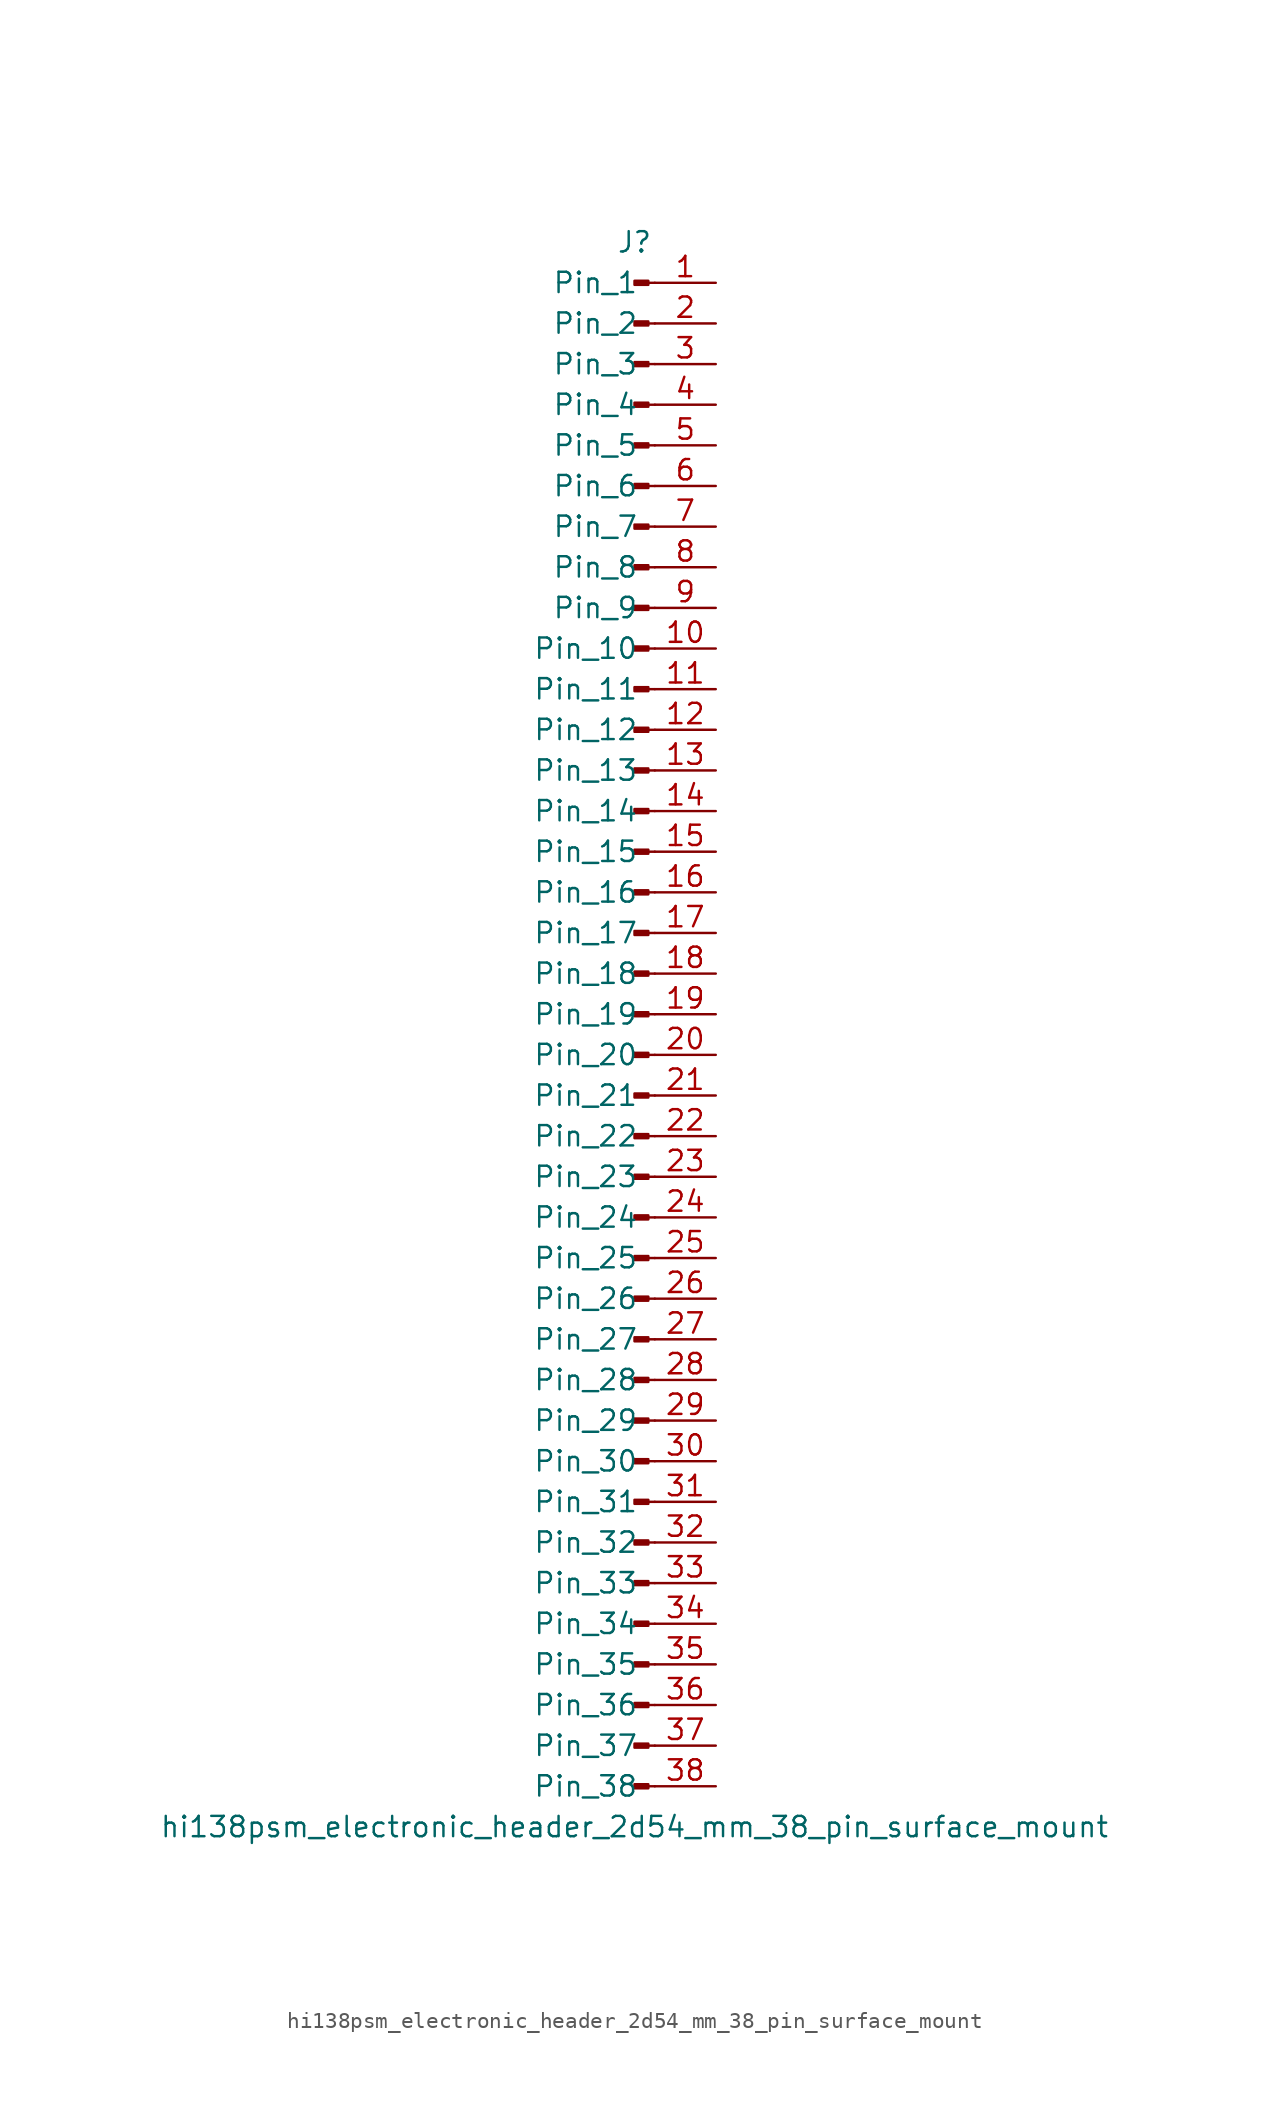
<source format=kicad_sym>
(kicad_symbol_lib
  (version 20220914)
  (generator kicad_symbol_editor)
  (symbol "hi138psm_electronic_header_2d54_mm_38_pin_surface_mount"
    (pin_names
      (offset 1.016))
    (property "Reference" "J"
      (at 0 48.26 0)
      (effects (font (size 1.27 1.27))))
    (property "Value" "hi138psm_electronic_header_2d54_mm_38_pin_surface_mount"
      (at 0 -50.8 0)
      (effects (font (size 1.27 1.27))))
    (property "ki_locked" ""
      (at 0 0 0)
      (effects (font (size 1.27 1.27))))
    (symbol "hi138psm_electronic_header_2d54_mm_38_pin_surface_mount_1_1"
      (polyline (pts (xy 1.27 -48.26) (xy 0.864 -48.26)) (stroke (width 0.152) (type default)) (fill (type none)))
      (polyline (pts (xy 1.27 -45.72) (xy 0.864 -45.72)) (stroke (width 0.152) (type default)) (fill (type none)))
      (polyline (pts (xy 1.27 -43.18) (xy 0.864 -43.18)) (stroke (width 0.152) (type default)) (fill (type none)))
      (polyline (pts (xy 1.27 -40.64) (xy 0.864 -40.64)) (stroke (width 0.152) (type default)) (fill (type none)))
      (polyline (pts (xy 1.27 -38.1) (xy 0.864 -38.1)) (stroke (width 0.152) (type default)) (fill (type none)))
      (polyline (pts (xy 1.27 -35.56) (xy 0.864 -35.56)) (stroke (width 0.152) (type default)) (fill (type none)))
      (polyline (pts (xy 1.27 -33.02) (xy 0.864 -33.02)) (stroke (width 0.152) (type default)) (fill (type none)))
      (polyline (pts (xy 1.27 -30.48) (xy 0.864 -30.48)) (stroke (width 0.152) (type default)) (fill (type none)))
      (polyline (pts (xy 1.27 -27.94) (xy 0.864 -27.94)) (stroke (width 0.152) (type default)) (fill (type none)))
      (polyline (pts (xy 1.27 -25.4) (xy 0.864 -25.4)) (stroke (width 0.152) (type default)) (fill (type none)))
      (polyline (pts (xy 1.27 -22.86) (xy 0.864 -22.86)) (stroke (width 0.152) (type default)) (fill (type none)))
      (polyline (pts (xy 1.27 -20.32) (xy 0.864 -20.32)) (stroke (width 0.152) (type default)) (fill (type none)))
      (polyline (pts (xy 1.27 -17.78) (xy 0.864 -17.78)) (stroke (width 0.152) (type default)) (fill (type none)))
      (polyline (pts (xy 1.27 -15.24) (xy 0.864 -15.24)) (stroke (width 0.152) (type default)) (fill (type none)))
      (polyline (pts (xy 1.27 -12.7) (xy 0.864 -12.7)) (stroke (width 0.152) (type default)) (fill (type none)))
      (polyline (pts (xy 1.27 -10.16) (xy 0.864 -10.16)) (stroke (width 0.152) (type default)) (fill (type none)))
      (polyline (pts (xy 1.27 -7.62) (xy 0.864 -7.62)) (stroke (width 0.152) (type default)) (fill (type none)))
      (polyline (pts (xy 1.27 -5.08) (xy 0.864 -5.08)) (stroke (width 0.152) (type default)) (fill (type none)))
      (polyline (pts (xy 1.27 -2.54) (xy 0.864 -2.54)) (stroke (width 0.152) (type default)) (fill (type none)))
      (polyline (pts (xy 1.27 0) (xy 0.864 0)) (stroke (width 0.152) (type default)) (fill (type none)))
      (polyline (pts (xy 1.27 2.54) (xy 0.864 2.54)) (stroke (width 0.152) (type default)) (fill (type none)))
      (polyline (pts (xy 1.27 5.08) (xy 0.864 5.08)) (stroke (width 0.152) (type default)) (fill (type none)))
      (polyline (pts (xy 1.27 7.62) (xy 0.864 7.62)) (stroke (width 0.152) (type default)) (fill (type none)))
      (polyline (pts (xy 1.27 10.16) (xy 0.864 10.16)) (stroke (width 0.152) (type default)) (fill (type none)))
      (polyline (pts (xy 1.27 12.7) (xy 0.864 12.7)) (stroke (width 0.152) (type default)) (fill (type none)))
      (polyline (pts (xy 1.27 15.24) (xy 0.864 15.24)) (stroke (width 0.152) (type default)) (fill (type none)))
      (polyline (pts (xy 1.27 17.78) (xy 0.864 17.78)) (stroke (width 0.152) (type default)) (fill (type none)))
      (polyline (pts (xy 1.27 20.32) (xy 0.864 20.32)) (stroke (width 0.152) (type default)) (fill (type none)))
      (polyline (pts (xy 1.27 22.86) (xy 0.864 22.86)) (stroke (width 0.152) (type default)) (fill (type none)))
      (polyline (pts (xy 1.27 25.4) (xy 0.864 25.4)) (stroke (width 0.152) (type default)) (fill (type none)))
      (polyline (pts (xy 1.27 27.94) (xy 0.864 27.94)) (stroke (width 0.152) (type default)) (fill (type none)))
      (polyline (pts (xy 1.27 30.48) (xy 0.864 30.48)) (stroke (width 0.152) (type default)) (fill (type none)))
      (polyline (pts (xy 1.27 33.02) (xy 0.864 33.02)) (stroke (width 0.152) (type default)) (fill (type none)))
      (polyline (pts (xy 1.27 35.56) (xy 0.864 35.56)) (stroke (width 0.152) (type default)) (fill (type none)))
      (polyline (pts (xy 1.27 38.1) (xy 0.864 38.1)) (stroke (width 0.152) (type default)) (fill (type none)))
      (polyline (pts (xy 1.27 40.64) (xy 0.864 40.64)) (stroke (width 0.152) (type default)) (fill (type none)))
      (polyline (pts (xy 1.27 43.18) (xy 0.864 43.18)) (stroke (width 0.152) (type default)) (fill (type none)))
      (polyline (pts (xy 1.27 45.72) (xy 0.864 45.72)) (stroke (width 0.152) (type default)) (fill (type none)))
      (rectangle (start 0.864 -48.133) (end 0 -48.387) (stroke (width 0.152) (type default)) (fill (type outline)))
      (rectangle (start 0.864 -45.593) (end 0 -45.847) (stroke (width 0.152) (type default)) (fill (type outline)))
      (rectangle (start 0.864 -43.053) (end 0 -43.307) (stroke (width 0.152) (type default)) (fill (type outline)))
      (rectangle (start 0.864 -40.513) (end 0 -40.767) (stroke (width 0.152) (type default)) (fill (type outline)))
      (rectangle (start 0.864 -37.973) (end 0 -38.227) (stroke (width 0.152) (type default)) (fill (type outline)))
      (rectangle (start 0.864 -35.433) (end 0 -35.687) (stroke (width 0.152) (type default)) (fill (type outline)))
      (rectangle (start 0.864 -32.893) (end 0 -33.147) (stroke (width 0.152) (type default)) (fill (type outline)))
      (rectangle (start 0.864 -30.353) (end 0 -30.607) (stroke (width 0.152) (type default)) (fill (type outline)))
      (rectangle (start 0.864 -27.813) (end 0 -28.067) (stroke (width 0.152) (type default)) (fill (type outline)))
      (rectangle (start 0.864 -25.273) (end 0 -25.527) (stroke (width 0.152) (type default)) (fill (type outline)))
      (rectangle (start 0.864 -22.733) (end 0 -22.987) (stroke (width 0.152) (type default)) (fill (type outline)))
      (rectangle (start 0.864 -20.193) (end 0 -20.447) (stroke (width 0.152) (type default)) (fill (type outline)))
      (rectangle (start 0.864 -17.653) (end 0 -17.907) (stroke (width 0.152) (type default)) (fill (type outline)))
      (rectangle (start 0.864 -15.113) (end 0 -15.367) (stroke (width 0.152) (type default)) (fill (type outline)))
      (rectangle (start 0.864 -12.573) (end 0 -12.827) (stroke (width 0.152) (type default)) (fill (type outline)))
      (rectangle (start 0.864 -10.033) (end 0 -10.287) (stroke (width 0.152) (type default)) (fill (type outline)))
      (rectangle (start 0.864 -7.493) (end 0 -7.747) (stroke (width 0.152) (type default)) (fill (type outline)))
      (rectangle (start 0.864 -4.953) (end 0 -5.207) (stroke (width 0.152) (type default)) (fill (type outline)))
      (rectangle (start 0.864 -2.413) (end 0 -2.667) (stroke (width 0.152) (type default)) (fill (type outline)))
      (rectangle (start 0.864 0.127) (end 0 -0.127) (stroke (width 0.152) (type default)) (fill (type outline)))
      (rectangle (start 0.864 2.667) (end 0 2.413) (stroke (width 0.152) (type default)) (fill (type outline)))
      (rectangle (start 0.864 5.207) (end 0 4.953) (stroke (width 0.152) (type default)) (fill (type outline)))
      (rectangle (start 0.864 7.747) (end 0 7.493) (stroke (width 0.152) (type default)) (fill (type outline)))
      (rectangle (start 0.864 10.287) (end 0 10.033) (stroke (width 0.152) (type default)) (fill (type outline)))
      (rectangle (start 0.864 12.827) (end 0 12.573) (stroke (width 0.152) (type default)) (fill (type outline)))
      (rectangle (start 0.864 15.367) (end 0 15.113) (stroke (width 0.152) (type default)) (fill (type outline)))
      (rectangle (start 0.864 17.907) (end 0 17.653) (stroke (width 0.152) (type default)) (fill (type outline)))
      (rectangle (start 0.864 20.447) (end 0 20.193) (stroke (width 0.152) (type default)) (fill (type outline)))
      (rectangle (start 0.864 22.987) (end 0 22.733) (stroke (width 0.152) (type default)) (fill (type outline)))
      (rectangle (start 0.864 25.527) (end 0 25.273) (stroke (width 0.152) (type default)) (fill (type outline)))
      (rectangle (start 0.864 28.067) (end 0 27.813) (stroke (width 0.152) (type default)) (fill (type outline)))
      (rectangle (start 0.864 30.607) (end 0 30.353) (stroke (width 0.152) (type default)) (fill (type outline)))
      (rectangle (start 0.864 33.147) (end 0 32.893) (stroke (width 0.152) (type default)) (fill (type outline)))
      (rectangle (start 0.864 35.687) (end 0 35.433) (stroke (width 0.152) (type default)) (fill (type outline)))
      (rectangle (start 0.864 38.227) (end 0 37.973) (stroke (width 0.152) (type default)) (fill (type outline)))
      (rectangle (start 0.864 40.767) (end 0 40.513) (stroke (width 0.152) (type default)) (fill (type outline)))
      (rectangle (start 0.864 43.307) (end 0 43.053) (stroke (width 0.152) (type default)) (fill (type outline)))
      (rectangle (start 0.864 45.847) (end 0 45.593) (stroke (width 0.152) (type default)) (fill (type outline)))
      (pin passive line (at 5.08 45.72 180) (length 3.81) (name "Pin_1" (effects (font (size 1.27 1.27)))) (number "1" (effects (font (size 1.27 1.27)))))
      (pin passive line (at 5.08 22.86 180) (length 3.81) (name "Pin_10" (effects (font (size 1.27 1.27)))) (number "10" (effects (font (size 1.27 1.27)))))
      (pin passive line (at 5.08 20.32 180) (length 3.81) (name "Pin_11" (effects (font (size 1.27 1.27)))) (number "11" (effects (font (size 1.27 1.27)))))
      (pin passive line (at 5.08 17.78 180) (length 3.81) (name "Pin_12" (effects (font (size 1.27 1.27)))) (number "12" (effects (font (size 1.27 1.27)))))
      (pin passive line (at 5.08 15.24 180) (length 3.81) (name "Pin_13" (effects (font (size 1.27 1.27)))) (number "13" (effects (font (size 1.27 1.27)))))
      (pin passive line (at 5.08 12.7 180) (length 3.81) (name "Pin_14" (effects (font (size 1.27 1.27)))) (number "14" (effects (font (size 1.27 1.27)))))
      (pin passive line (at 5.08 10.16 180) (length 3.81) (name "Pin_15" (effects (font (size 1.27 1.27)))) (number "15" (effects (font (size 1.27 1.27)))))
      (pin passive line (at 5.08 7.62 180) (length 3.81) (name "Pin_16" (effects (font (size 1.27 1.27)))) (number "16" (effects (font (size 1.27 1.27)))))
      (pin passive line (at 5.08 5.08 180) (length 3.81) (name "Pin_17" (effects (font (size 1.27 1.27)))) (number "17" (effects (font (size 1.27 1.27)))))
      (pin passive line (at 5.08 2.54 180) (length 3.81) (name "Pin_18" (effects (font (size 1.27 1.27)))) (number "18" (effects (font (size 1.27 1.27)))))
      (pin passive line (at 5.08 0 180) (length 3.81) (name "Pin_19" (effects (font (size 1.27 1.27)))) (number "19" (effects (font (size 1.27 1.27)))))
      (pin passive line (at 5.08 43.18 180) (length 3.81) (name "Pin_2" (effects (font (size 1.27 1.27)))) (number "2" (effects (font (size 1.27 1.27)))))
      (pin passive line (at 5.08 -2.54 180) (length 3.81) (name "Pin_20" (effects (font (size 1.27 1.27)))) (number "20" (effects (font (size 1.27 1.27)))))
      (pin passive line (at 5.08 -5.08 180) (length 3.81) (name "Pin_21" (effects (font (size 1.27 1.27)))) (number "21" (effects (font (size 1.27 1.27)))))
      (pin passive line (at 5.08 -7.62 180) (length 3.81) (name "Pin_22" (effects (font (size 1.27 1.27)))) (number "22" (effects (font (size 1.27 1.27)))))
      (pin passive line (at 5.08 -10.16 180) (length 3.81) (name "Pin_23" (effects (font (size 1.27 1.27)))) (number "23" (effects (font (size 1.27 1.27)))))
      (pin passive line (at 5.08 -12.7 180) (length 3.81) (name "Pin_24" (effects (font (size 1.27 1.27)))) (number "24" (effects (font (size 1.27 1.27)))))
      (pin passive line (at 5.08 -15.24 180) (length 3.81) (name "Pin_25" (effects (font (size 1.27 1.27)))) (number "25" (effects (font (size 1.27 1.27)))))
      (pin passive line (at 5.08 -17.78 180) (length 3.81) (name "Pin_26" (effects (font (size 1.27 1.27)))) (number "26" (effects (font (size 1.27 1.27)))))
      (pin passive line (at 5.08 -20.32 180) (length 3.81) (name "Pin_27" (effects (font (size 1.27 1.27)))) (number "27" (effects (font (size 1.27 1.27)))))
      (pin passive line (at 5.08 -22.86 180) (length 3.81) (name "Pin_28" (effects (font (size 1.27 1.27)))) (number "28" (effects (font (size 1.27 1.27)))))
      (pin passive line (at 5.08 -25.4 180) (length 3.81) (name "Pin_29" (effects (font (size 1.27 1.27)))) (number "29" (effects (font (size 1.27 1.27)))))
      (pin passive line (at 5.08 40.64 180) (length 3.81) (name "Pin_3" (effects (font (size 1.27 1.27)))) (number "3" (effects (font (size 1.27 1.27)))))
      (pin passive line (at 5.08 -27.94 180) (length 3.81) (name "Pin_30" (effects (font (size 1.27 1.27)))) (number "30" (effects (font (size 1.27 1.27)))))
      (pin passive line (at 5.08 -30.48 180) (length 3.81) (name "Pin_31" (effects (font (size 1.27 1.27)))) (number "31" (effects (font (size 1.27 1.27)))))
      (pin passive line (at 5.08 -33.02 180) (length 3.81) (name "Pin_32" (effects (font (size 1.27 1.27)))) (number "32" (effects (font (size 1.27 1.27)))))
      (pin passive line (at 5.08 -35.56 180) (length 3.81) (name "Pin_33" (effects (font (size 1.27 1.27)))) (number "33" (effects (font (size 1.27 1.27)))))
      (pin passive line (at 5.08 -38.1 180) (length 3.81) (name "Pin_34" (effects (font (size 1.27 1.27)))) (number "34" (effects (font (size 1.27 1.27)))))
      (pin passive line (at 5.08 -40.64 180) (length 3.81) (name "Pin_35" (effects (font (size 1.27 1.27)))) (number "35" (effects (font (size 1.27 1.27)))))
      (pin passive line (at 5.08 -43.18 180) (length 3.81) (name "Pin_36" (effects (font (size 1.27 1.27)))) (number "36" (effects (font (size 1.27 1.27)))))
      (pin passive line (at 5.08 -45.72 180) (length 3.81) (name "Pin_37" (effects (font (size 1.27 1.27)))) (number "37" (effects (font (size 1.27 1.27)))))
      (pin passive line (at 5.08 -48.26 180) (length 3.81) (name "Pin_38" (effects (font (size 1.27 1.27)))) (number "38" (effects (font (size 1.27 1.27)))))
      (pin passive line (at 5.08 38.1 180) (length 3.81) (name "Pin_4" (effects (font (size 1.27 1.27)))) (number "4" (effects (font (size 1.27 1.27)))))
      (pin passive line (at 5.08 35.56 180) (length 3.81) (name "Pin_5" (effects (font (size 1.27 1.27)))) (number "5" (effects (font (size 1.27 1.27)))))
      (pin passive line (at 5.08 33.02 180) (length 3.81) (name "Pin_6" (effects (font (size 1.27 1.27)))) (number "6" (effects (font (size 1.27 1.27)))))
      (pin passive line (at 5.08 30.48 180) (length 3.81) (name "Pin_7" (effects (font (size 1.27 1.27)))) (number "7" (effects (font (size 1.27 1.27)))))
      (pin passive line (at 5.08 27.94 180) (length 3.81) (name "Pin_8" (effects (font (size 1.27 1.27)))) (number "8" (effects (font (size 1.27 1.27)))))
      (pin passive line (at 5.08 25.4 180) (length 3.81) (name "Pin_9" (effects (font (size 1.27 1.27)))) (number "9" (effects (font (size 1.27 1.27))))))))
</source>
